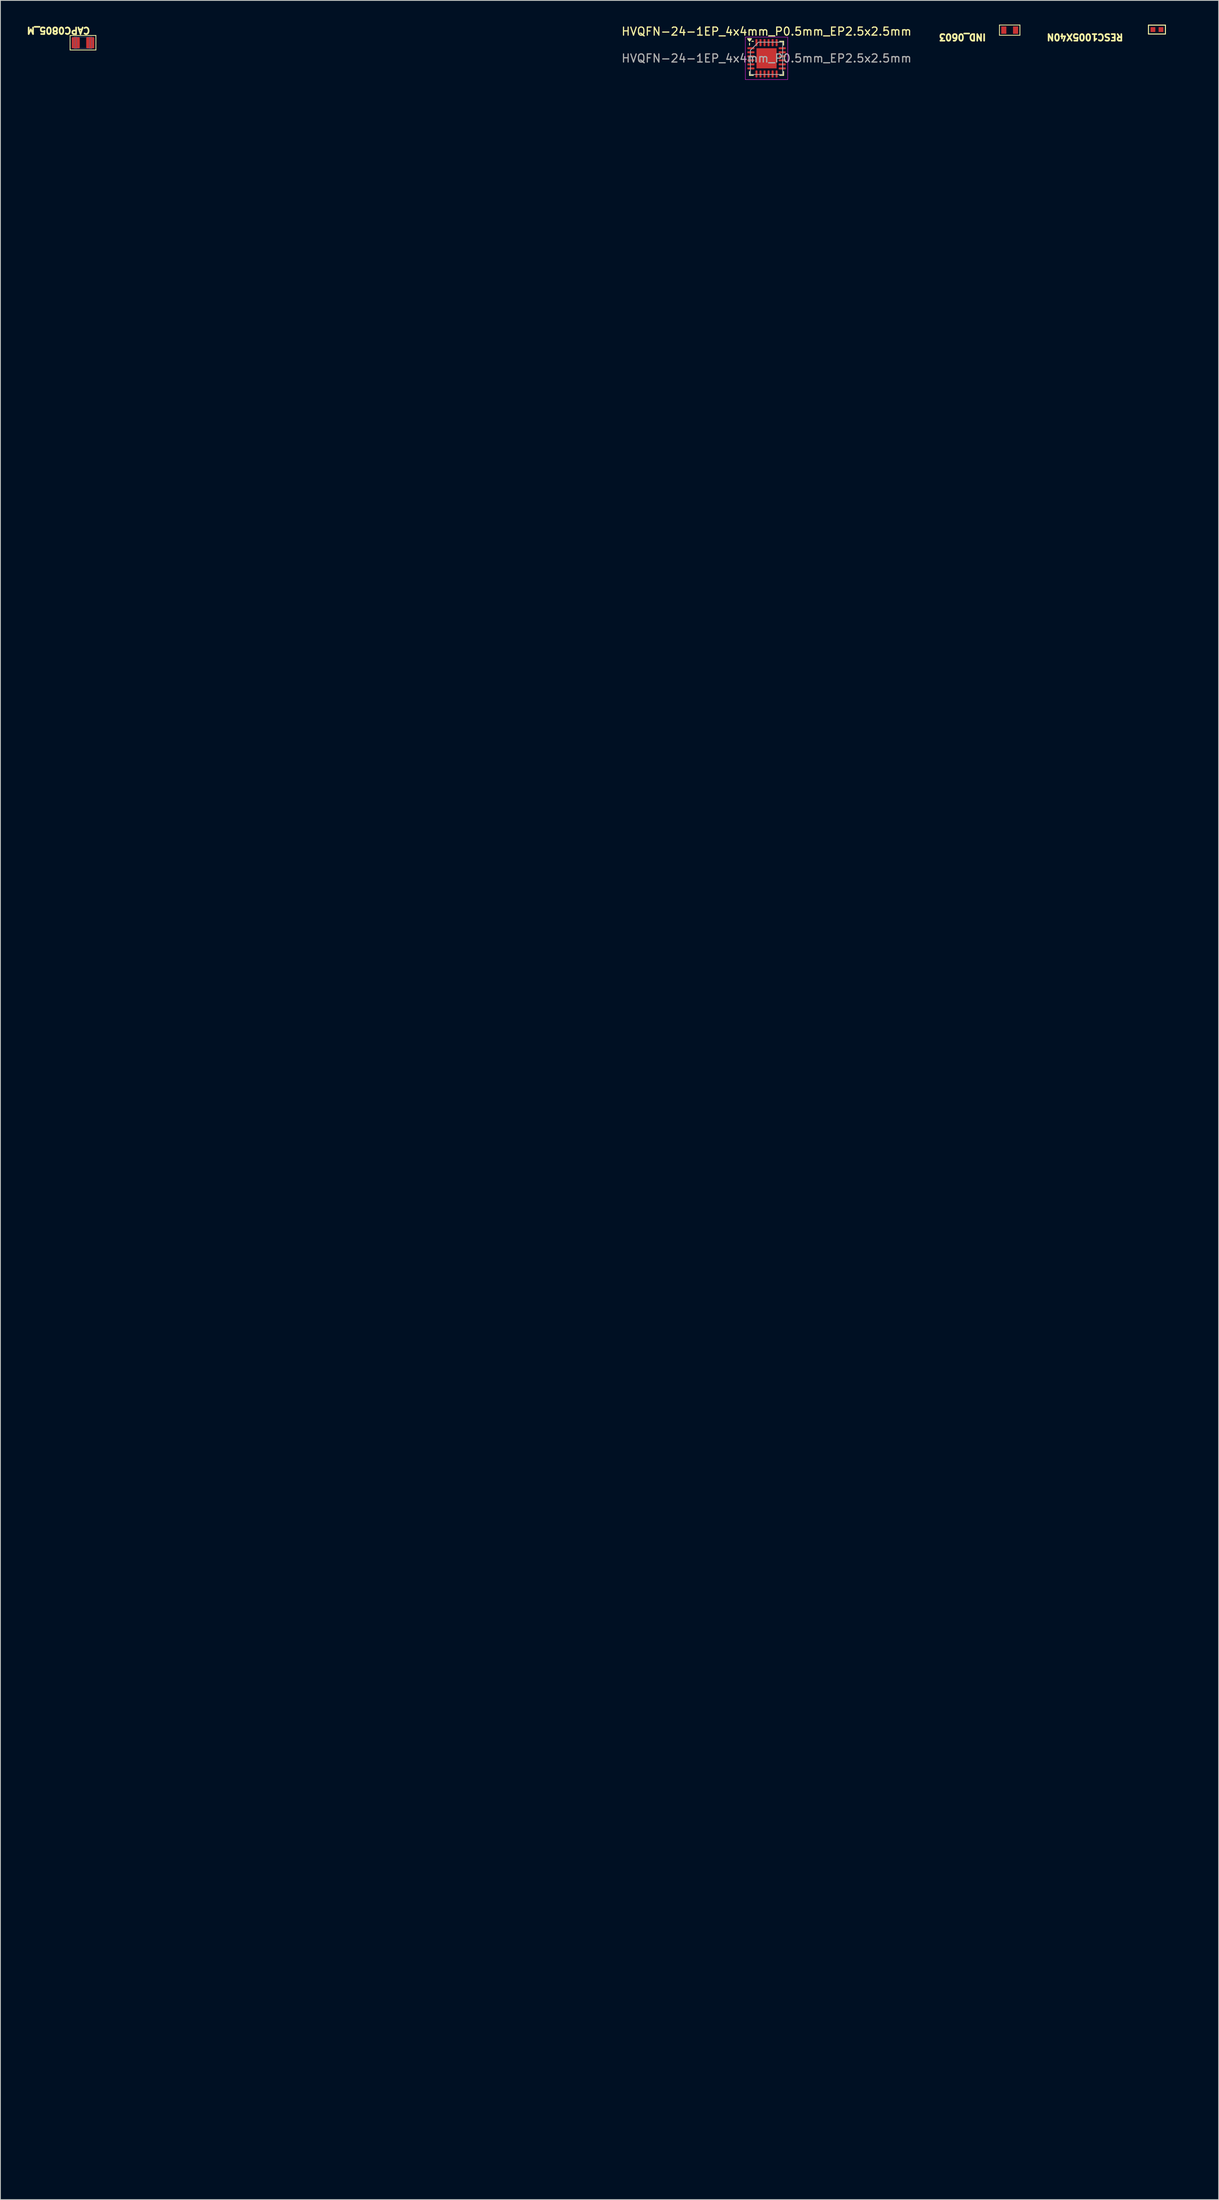
<source format=kicad_pcb>
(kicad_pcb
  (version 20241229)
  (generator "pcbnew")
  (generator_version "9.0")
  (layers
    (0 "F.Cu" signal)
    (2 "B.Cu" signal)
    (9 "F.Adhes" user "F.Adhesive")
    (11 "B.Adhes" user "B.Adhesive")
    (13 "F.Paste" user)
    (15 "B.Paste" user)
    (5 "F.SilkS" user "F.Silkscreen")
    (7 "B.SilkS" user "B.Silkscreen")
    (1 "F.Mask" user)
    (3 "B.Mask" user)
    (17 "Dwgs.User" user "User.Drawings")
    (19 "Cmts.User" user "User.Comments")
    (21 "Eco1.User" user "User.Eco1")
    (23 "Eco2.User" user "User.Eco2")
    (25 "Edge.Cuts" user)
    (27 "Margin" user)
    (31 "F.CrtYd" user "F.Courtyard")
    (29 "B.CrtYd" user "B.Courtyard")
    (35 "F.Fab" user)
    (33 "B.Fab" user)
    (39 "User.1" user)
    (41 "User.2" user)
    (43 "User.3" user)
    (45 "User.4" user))
  (footprint "CAPC0805_M"
    (layer "F.Cu")
    (at 7.243 2.248)
    (property "Reference" "CAPC0805_M" (at 0.983 -2.006 180) (unlocked yes) (layer "F.SilkS") (effects (font (size 0.813 0.813) (thickness 0.203)) (justify left bottom)))
    (fp_line (start -1.6 0.9) (end -1.6 -0.9) (stroke (width 0.1) (type solid)) (layer "F.SilkS"))
    (fp_line (start 1.6 -0.9) (end -1.6 -0.9) (stroke (width 0.1) (type solid)) (layer "F.SilkS"))
    (fp_line (start 1.6 0.9) (end -1.6 0.9) (stroke (width 0.1) (type solid)) (layer "F.SilkS"))
    (fp_line (start 1.6 0.9) (end 1.6 -0.9) (stroke (width 0.1) (type solid)) (layer "F.SilkS"))
    (fp_line (start -1.6 0.9) (end -1.6 -0.9) (stroke (width 0.1) (type solid)) (layer "Eco1.User"))
    (fp_line (start 1.6 -0.9) (end -1.6 -0.9) (stroke (width 0.1) (type solid)) (layer "Eco1.User"))
    (fp_line (start 1.6 0.9) (end -1.6 0.9) (stroke (width 0.1) (type solid)) (layer "Eco1.User"))
    (fp_line (start 1.6 0.9) (end 1.6 -0.9) (stroke (width 0.1) (type solid)) (layer "Eco1.User"))
    (fp_circle (center 0 0) (end -0.064 0) (stroke (width 0.127) (type solid)) (fill no) (layer "Eco1.User"))
    (fp_line (start -1.1 0.725) (end -1.1 -0.725) (stroke (width 0.05) (type solid)) (layer "B.Fab"))
    (fp_line (start -0.8 -0.725) (end -1.1 -0.725) (stroke (width 0.05) (type solid)) (layer "B.Fab"))
    (fp_line (start -0.8 0.725) (end -1.1 0.725) (stroke (width 0.05) (type solid)) (layer "B.Fab"))
    (fp_line (start -0.8 0.725) (end -0.8 -0.725) (stroke (width 0.05) (type solid)) (layer "B.Fab"))
    (fp_line (start 0.8 -0.705) (end -0.8 -0.705) (stroke (width 0.05) (type solid)) (layer "B.Fab"))
    (fp_line (start 0.8 0.705) (end -0.8 0.705) (stroke (width 0.05) (type solid)) (layer "B.Fab"))
    (fp_line (start 0.8 0.725) (end 0.8 -0.725) (stroke (width 0.05) (type solid)) (layer "B.Fab"))
    (fp_line (start 1.1 -0.725) (end 0.8 -0.725) (stroke (width 0.05) (type solid)) (layer "B.Fab"))
    (fp_line (start 1.1 0.725) (end 0.8 0.725) (stroke (width 0.05) (type solid)) (layer "B.Fab"))
    (fp_line (start 1.1 0.725) (end 1.1 -0.725) (stroke (width 0.05) (type solid)) (layer "B.Fab"))
    (fp_text user "${REFERENCE}" (at -1.4 0.3 0) (unlocked yes) (layer "User.8") (effects (font (face "Arial") (size 0.63 0.63) (thickness 0.254)) (justify left bottom)))
    (pad "1" smd roundrect (at -0.9 0 90) (size 1.4 1) (layers "F.Cu" "F.Mask" "F.Paste") (roundrect_rratio 0.125))
    (pad "2" smd roundrect (at 0.9 0 90) (size 1.4 1) (layers "F.Cu" "F.Mask" "F.Paste") (roundrect_rratio 0.125))
    (zone (net_name "") (layer "F.Cu") (hatch edge 0.5) (connect_pads) (min_thickness 0.25) (filled_areas_thickness no) (keepout (tracks allowed) (vias allowed) (pads allowed) (copperpour not_allowed) (footprints allowed)) (placement (enabled no)) (fill) (polygon (pts (xy 69.566 265.153) (xy 70.916 265.153) (xy 70.916 266.553) (xy 69.566 266.553)))))
  (footprint "HVQFN-24-1EP_4x4mm_P0.5mm_EP2.5x2.5mm"
    (layer "F.Cu")
    (at 92.017 4.178)
    (property "Reference" "HVQFN-24-1EP_4x4mm_P0.5mm_EP2.5x2.5mm" (at 0 -3.33 0) (layer "F.SilkS") (effects (font (size 1 1) (thickness 0.15))))
    (attr smd)
    (fp_line (start -2.11 -1.635) (end -2.11 -1.87) (stroke (width 0.12) (type solid)) (layer "F.SilkS"))
    (fp_line (start -2.11 2.11) (end -2.11 1.635) (stroke (width 0.12) (type solid)) (layer "F.SilkS"))
    (fp_line (start -1.635 -2.11) (end -1.81 -2.11) (stroke (width 0.12) (type solid)) (layer "F.SilkS"))
    (fp_line (start -1.635 2.11) (end -2.11 2.11) (stroke (width 0.12) (type solid)) (layer "F.SilkS"))
    (fp_line (start 1.635 -2.11) (end 2.11 -2.11) (stroke (width 0.12) (type solid)) (layer "F.SilkS"))
    (fp_line (start 1.635 2.11) (end 2.11 2.11) (stroke (width 0.12) (type solid)) (layer "F.SilkS"))
    (fp_line (start 2.11 -2.11) (end 2.11 -1.635) (stroke (width 0.12) (type solid)) (layer "F.SilkS"))
    (fp_line (start 2.11 2.11) (end 2.11 1.635) (stroke (width 0.12) (type solid)) (layer "F.SilkS"))
    (fp_poly (pts (xy -2.11 -2.11) (xy -2.35 -2.44) (xy -1.87 -2.44) (xy -2.11 -2.11)) (stroke (width 0.12) (type solid)) (fill yes) (layer "F.SilkS"))
    (fp_line (start -2.63 -2.63) (end -2.63 2.63) (stroke (width 0.05) (type solid)) (layer "F.CrtYd"))
    (fp_line (start -2.63 2.63) (end 2.63 2.63) (stroke (width 0.05) (type solid)) (layer "F.CrtYd"))
    (fp_line (start 2.63 -2.63) (end -2.63 -2.63) (stroke (width 0.05) (type solid)) (layer "F.CrtYd"))
    (fp_line (start 2.63 2.63) (end 2.63 -2.63) (stroke (width 0.05) (type solid)) (layer "F.CrtYd"))
    (fp_line (start -2 -1) (end -1 -2) (stroke (width 0.1) (type solid)) (layer "F.Fab"))
    (fp_line (start -2 2) (end -2 -1) (stroke (width 0.1) (type solid)) (layer "F.Fab"))
    (fp_line (start -1 -2) (end 2 -2) (stroke (width 0.1) (type solid)) (layer "F.Fab"))
    (fp_line (start 2 -2) (end 2 2) (stroke (width 0.1) (type solid)) (layer "F.Fab"))
    (fp_line (start 2 2) (end -2 2) (stroke (width 0.1) (type solid)) (layer "F.Fab"))
    (fp_text user "${REFERENCE}" (at 0 0 0) (layer "F.Fab") (effects (font (size 1 1) (thickness 0.15))))
    (pad "" smd roundrect (at -0.625 -0.625 180) (size 1.01 1.01) (layers "F.Paste") (roundrect_rratio 0.248))
    (pad "" smd roundrect (at -0.625 0.625 180) (size 1.01 1.01) (layers "F.Paste") (roundrect_rratio 0.248))
    (pad "" smd roundrect (at 0.625 -0.625 180) (size 1.01 1.01) (layers "F.Paste") (roundrect_rratio 0.248))
    (pad "" smd roundrect (at 0.625 0.625 180) (size 1.01 1.01) (layers "F.Paste") (roundrect_rratio 0.248))
    (pad "1" smd roundrect (at -1.938 -1.25 180) (size 0.875 0.25) (layers "F.Cu" "F.Mask" "F.Paste") (roundrect_rratio 0.25))
    (pad "2" smd roundrect (at -1.938 -0.75 180) (size 0.875 0.25) (layers "F.Cu" "F.Mask" "F.Paste") (roundrect_rratio 0.25))
    (pad "3" smd roundrect (at -1.938 -0.25 180) (size 0.875 0.25) (layers "F.Cu" "F.Mask" "F.Paste") (roundrect_rratio 0.25))
    (pad "4" smd roundrect (at -1.938 0.25 180) (size 0.875 0.25) (layers "F.Cu" "F.Mask" "F.Paste") (roundrect_rratio 0.25))
    (pad "5" smd roundrect (at -1.938 0.75 180) (size 0.875 0.25) (layers "F.Cu" "F.Mask" "F.Paste") (roundrect_rratio 0.25))
    (pad "6" smd roundrect (at -1.938 1.25 180) (size 0.875 0.25) (layers "F.Cu" "F.Mask" "F.Paste") (roundrect_rratio 0.25))
    (pad "7" smd roundrect (at -1.25 1.938 180) (size 0.25 0.875) (layers "F.Cu" "F.Mask" "F.Paste") (roundrect_rratio 0.25))
    (pad "8" smd roundrect (at -0.75 1.938 180) (size 0.25 0.875) (layers "F.Cu" "F.Mask" "F.Paste") (roundrect_rratio 0.25))
    (pad "9" smd roundrect (at -0.25 1.938 180) (size 0.25 0.875) (layers "F.Cu" "F.Mask" "F.Paste") (roundrect_rratio 0.25))
    (pad "10" smd roundrect (at 0.25 1.938 180) (size 0.25 0.875) (layers "F.Cu" "F.Mask" "F.Paste") (roundrect_rratio 0.25))
    (pad "11" smd roundrect (at 0.75 1.938 180) (size 0.25 0.875) (layers "F.Cu" "F.Mask" "F.Paste") (roundrect_rratio 0.25))
    (pad "12" smd roundrect (at 1.25 1.938 180) (size 0.25 0.875) (layers "F.Cu" "F.Mask" "F.Paste") (roundrect_rratio 0.25))
    (pad "13" smd roundrect (at 1.938 1.25 180) (size 0.875 0.25) (layers "F.Cu" "F.Mask" "F.Paste") (roundrect_rratio 0.25))
    (pad "14" smd roundrect (at 1.938 0.75 180) (size 0.875 0.25) (layers "F.Cu" "F.Mask" "F.Paste") (roundrect_rratio 0.25))
    (pad "15" smd roundrect (at 1.938 0.25 180) (size 0.875 0.25) (layers "F.Cu" "F.Mask" "F.Paste") (roundrect_rratio 0.25))
    (pad "16" smd roundrect (at 1.938 -0.25 180) (size 0.875 0.25) (layers "F.Cu" "F.Mask" "F.Paste") (roundrect_rratio 0.25))
    (pad "17" smd roundrect (at 1.938 -0.75 180) (size 0.875 0.25) (layers "F.Cu" "F.Mask" "F.Paste") (roundrect_rratio 0.25))
    (pad "18" smd roundrect (at 1.938 -1.25 180) (size 0.875 0.25) (layers "F.Cu" "F.Mask" "F.Paste") (roundrect_rratio 0.25))
    (pad "19" smd roundrect (at 1.25 -1.938 180) (size 0.25 0.875) (layers "F.Cu" "F.Mask" "F.Paste") (roundrect_rratio 0.25))
    (pad "20" smd roundrect (at 0.75 -1.938 180) (size 0.25 0.875) (layers "F.Cu" "F.Mask" "F.Paste") (roundrect_rratio 0.25))
    (pad "21" smd roundrect (at 0.25 -1.938 180) (size 0.25 0.875) (layers "F.Cu" "F.Mask" "F.Paste") (roundrect_rratio 0.25))
    (pad "22" smd roundrect (at -0.25 -1.938 180) (size 0.25 0.875) (layers "F.Cu" "F.Mask" "F.Paste") (roundrect_rratio 0.25))
    (pad "23" smd roundrect (at -0.75 -1.938 180) (size 0.25 0.875) (layers "F.Cu" "F.Mask" "F.Paste") (roundrect_rratio 0.25))
    (pad "24" smd roundrect (at -1.25 -1.938 180) (size 0.25 0.875) (layers "F.Cu" "F.Mask" "F.Paste") (roundrect_rratio 0.25))
    (pad "25" smd rect (at 0 0 180) (size 2.5 2.5) (property pad_prop_heatsink) (layers "F.Cu" "F.Mask")))
  (footprint "IND_0603"
    (layer "F.Cu")
    (at 122.172 0.685)
    (property "Reference" "IND_0603" (at -2.84 0.386 180) (unlocked yes) (layer "F.SilkS") (effects (font (size 0.813 0.813) (thickness 0.203)) (justify left bottom)))
    (fp_line (start -1.27 -0.635) (end -1.27 0.635) (stroke (width 0.1) (type solid)) (layer "F.SilkS"))
    (fp_line (start -1.27 -0.635) (end 1.27 -0.635) (stroke (width 0.1) (type solid)) (layer "F.SilkS"))
    (fp_line (start -1.27 0.635) (end 1.27 0.635) (stroke (width 0.1) (type solid)) (layer "F.SilkS"))
    (fp_line (start 1.27 -0.635) (end 1.27 0.635) (stroke (width 0.1) (type solid)) (layer "F.SilkS"))
    (fp_line (start -0.825 -0.425) (end -0.825 0.425) (stroke (width 0.1) (type solid)) (layer "Eco1.User"))
    (fp_line (start -0.825 -0.425) (end 0.825 -0.425) (stroke (width 0.1) (type solid)) (layer "Eco1.User"))
    (fp_line (start -0.825 0.425) (end 0.825 0.425) (stroke (width 0.1) (type solid)) (layer "Eco1.User"))
    (fp_line (start 0.825 -0.425) (end 0.825 0.425) (stroke (width 0.1) (type solid)) (layer "Eco1.User"))
    (pad "1" smd rect (at -0.73 0 270) (size 0.92 0.64) (layers "F.Cu" "F.Mask" "F.Paste"))
    (pad "2" smd rect (at 0.73 0 270) (size 0.92 0.64) (layers "F.Cu" "F.Mask" "F.Paste"))
    (zone (net_name "") (layer "F.Cu") (hatch edge 0.5) (connect_pads) (min_thickness 0.25) (filled_areas_thickness no) (keepout (tracks allowed) (vias allowed) (pads allowed) (copperpour not_allowed) (footprints allowed)) (placement (enabled no)) (fill) (polygon (pts (xy 122.858 184.589) (xy 121.334 184.589) (xy 121.334 183.675) (xy 122.858 183.675)))))
  (footprint "RESC1005X40N"
    (layer "F.Cu")
    (at 140.435 0.614)
    (property "Reference" "RESC1005X40N" (at -4.09 0.452 180) (unlocked yes) (layer "F.SilkS") (effects (font (size 0.813 0.813) (thickness 0.203)) (justify left bottom)))
    (fp_line (start -1.05 -0.55) (end -1.05 0.55) (stroke (width 0.127) (type solid)) (layer "F.SilkS"))
    (fp_line (start -1.05 -0.55) (end 1.05 -0.55) (stroke (width 0.127) (type solid)) (layer "F.SilkS"))
    (fp_line (start -1.05 0.55) (end 1.05 0.55) (stroke (width 0.127) (type solid)) (layer "F.SilkS"))
    (fp_line (start 1.05 -0.55) (end 1.05 0.55) (stroke (width 0.127) (type solid)) (layer "F.SilkS"))
    (fp_line (start -1.05 -0.55) (end -1.05 0.55) (stroke (width 0.1) (type solid)) (layer "Eco1.User"))
    (fp_line (start -1.05 -0.55) (end 1.05 -0.55) (stroke (width 0.1) (type solid)) (layer "Eco1.User"))
    (fp_line (start -1.05 0.55) (end 1.05 0.55) (stroke (width 0.1) (type solid)) (layer "Eco1.User"))
    (fp_line (start -0.525 -0.275) (end -0.525 0.275) (stroke (width 0.05) (type solid)) (layer "Eco1.User"))
    (fp_line (start -0.525 -0.275) (end -0.225 -0.275) (stroke (width 0.05) (type solid)) (layer "Eco1.User"))
    (fp_line (start -0.525 0.275) (end -0.225 0.275) (stroke (width 0.05) (type solid)) (layer "Eco1.User"))
    (fp_line (start -0.225 -0.275) (end -0.225 0.275) (stroke (width 0.05) (type solid)) (layer "Eco1.User"))
    (fp_line (start -0.225 -0.274) (end 0.225 -0.274) (stroke (width 0.05) (type solid)) (layer "Eco1.User"))
    (fp_line (start -0.225 -0.274) (end 0.225 -0.274) (stroke (width 0.05) (type solid)) (layer "Eco1.User"))
    (fp_line (start -0.225 0.274) (end 0.225 0.274) (stroke (width 0.05) (type solid)) (layer "Eco1.User"))
    (fp_line (start -0.225 0.274) (end 0.225 0.274) (stroke (width 0.05) (type solid)) (layer "Eco1.User"))
    (fp_line (start 0.225 -0.275) (end 0.225 0.275) (stroke (width 0.05) (type solid)) (layer "Eco1.User"))
    (fp_line (start 0.225 -0.275) (end 0.525 -0.275) (stroke (width 0.05) (type solid)) (layer "Eco1.User"))
    (fp_line (start 0.225 0.275) (end 0.525 0.275) (stroke (width 0.05) (type solid)) (layer "Eco1.User"))
    (fp_line (start 0.525 -0.275) (end 0.525 0.275) (stroke (width 0.05) (type solid)) (layer "Eco1.User"))
    (fp_line (start 1.05 -0.55) (end 1.05 0.55) (stroke (width 0.1) (type solid)) (layer "Eco1.User"))
    (fp_circle (center 0 0) (end 0 -0.05) (stroke (width 0.1) (type solid)) (fill no) (layer "Eco1.User"))
    (fp_text user "${REFERENCE}" (at -0.925 0.25 180) (unlocked yes) (layer "User.8") (effects (font (face "Arial") (size 0.504 0.504) (thickness 0.254)) (justify left bottom mirror)))
    (pad "1" smd roundrect (at -0.5 0 270) (size 0.6 0.6) (layers "F.Cu" "F.Mask" "F.Paste") (roundrect_rratio 0.1))
    (pad "2" smd roundrect (at 0.5 0 270) (size 0.6 0.6) (layers "F.Cu" "F.Mask" "F.Paste") (roundrect_rratio 0.1))
    (zone (net_name "") (layer "F.Cu") (hatch edge 0.5) (connect_pads) (min_thickness 0.25) (filled_areas_thickness no) (keepout (tracks allowed) (vias allowed) (pads allowed) (copperpour not_allowed) (footprints allowed)) (placement (enabled no)) (fill) (polygon (pts (xy 140.76 245.904) (xy 140.635 246.029) (xy 140.235 246.029) (xy 140.11 245.904) (xy 140.11 245.154) (xy 140.235 245.029) (xy 140.635 245.029) (xy 140.76 245.154)))))
  (gr_rect
    (start -3 -3)
    (end 148.087 269.553)
    (stroke (width 0.1) (type default))
    (fill no)
    (layer "Edge.Cuts")))
</source>
